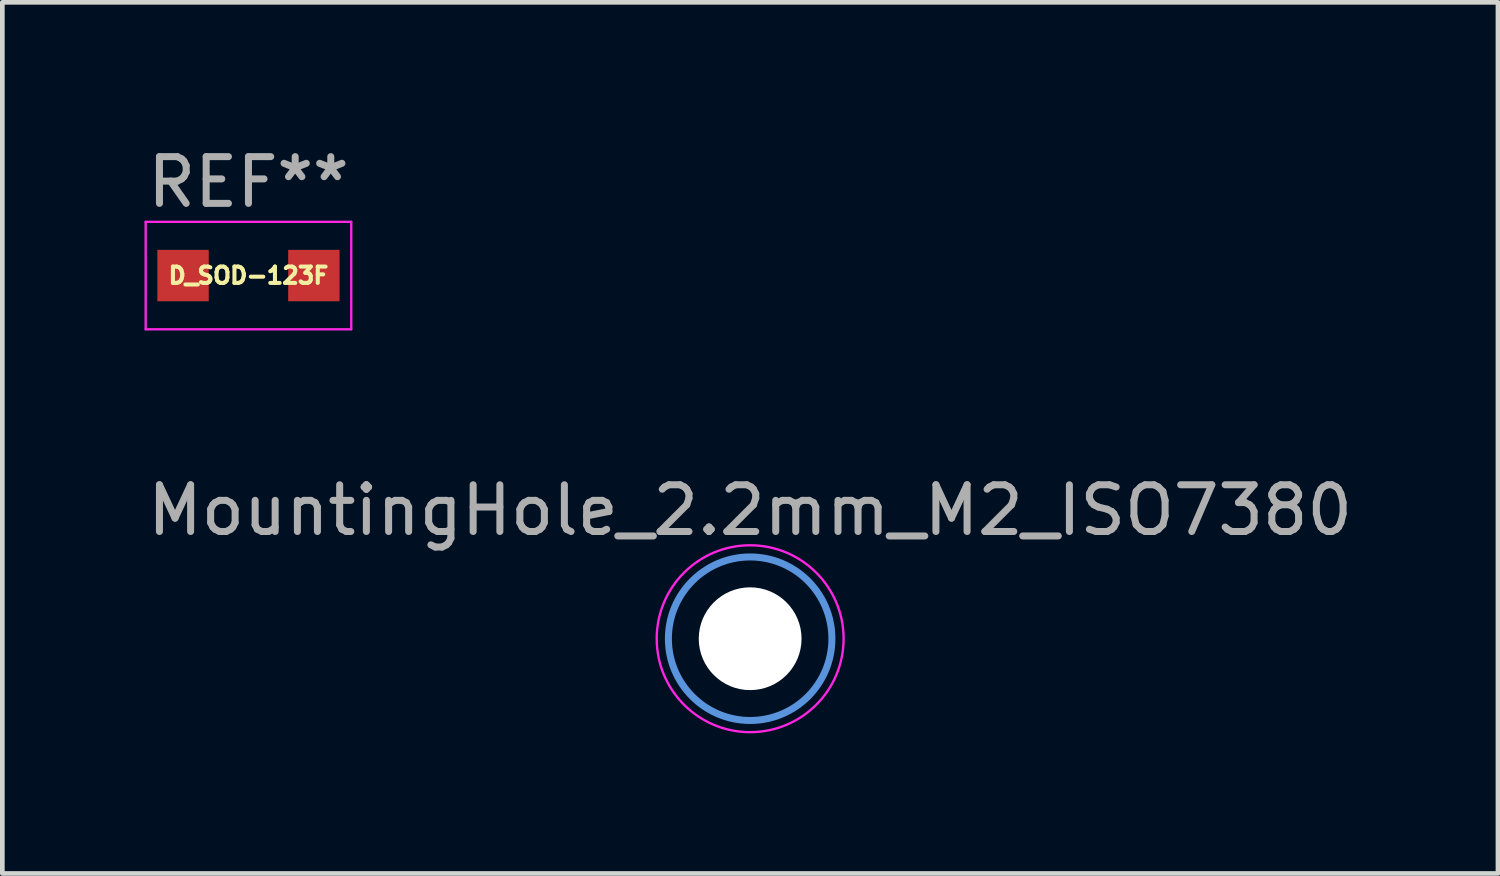
<source format=kicad_pcb>
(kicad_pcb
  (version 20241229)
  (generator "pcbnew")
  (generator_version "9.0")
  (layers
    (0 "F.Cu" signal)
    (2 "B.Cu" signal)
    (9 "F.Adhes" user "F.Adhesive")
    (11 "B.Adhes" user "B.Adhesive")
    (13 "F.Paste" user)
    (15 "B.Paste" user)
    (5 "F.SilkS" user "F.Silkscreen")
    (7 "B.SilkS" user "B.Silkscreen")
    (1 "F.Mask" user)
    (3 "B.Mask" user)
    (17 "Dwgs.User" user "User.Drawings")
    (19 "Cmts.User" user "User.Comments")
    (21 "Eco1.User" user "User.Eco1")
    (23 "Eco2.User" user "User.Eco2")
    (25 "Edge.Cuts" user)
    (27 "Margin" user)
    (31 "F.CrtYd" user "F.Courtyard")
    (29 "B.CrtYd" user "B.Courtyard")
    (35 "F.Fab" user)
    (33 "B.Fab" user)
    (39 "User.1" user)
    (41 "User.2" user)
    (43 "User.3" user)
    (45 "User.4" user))
  (footprint "MountingHole_2.2mm_M2_ISO7380"
    (layer "F.Cu")
    (at 13.006 10.621)
    (property "Reference" "MountingHole_2.2mm_M2_ISO7380" (at 0 -2.75 0) (layer "F.Fab") (effects (font (size 1 1) (thickness 0.15))))
    (attr exclude_from_pos_files exclude_from_bom)
    (fp_circle (center 0 0) (end 1.75 0) (stroke (width 0.15) (type solid)) (fill no) (layer "Cmts.User"))
    (fp_circle (center 0 0) (end 2 0) (stroke (width 0.05) (type solid)) (fill no) (layer "F.CrtYd"))
    (pad "" np_thru_hole circle (at 0 0) (size 2.2 2.2) (drill 2.2) (layers "*.Cu" "*.Mask")))
  (footprint "D_SOD-123F"
    (layer "F.Cu")
    (at 2.268 2.848)
    (property "Reference" "D_SOD-123F" (at 0 0 0) (layer "F.SilkS") (effects (font (size 0.35 0.35) (thickness 0.087))))
    (attr smd)
    (fp_line (start -2.2 -1.15) (end -2.2 1.15) (stroke (width 0.05) (type solid)) (layer "F.CrtYd"))
    (fp_line (start -2.2 -1.15) (end 2.2 -1.15) (stroke (width 0.05) (type solid)) (layer "F.CrtYd"))
    (fp_line (start 2.2 -1.15) (end 2.2 1.15) (stroke (width 0.05) (type solid)) (layer "F.CrtYd"))
    (fp_line (start 2.2 1.15) (end -2.2 1.15) (stroke (width 0.05) (type solid)) (layer "F.CrtYd"))
    (fp_text user "REF**" (at 0 -2 0) (layer "F.Fab") (effects (font (size 1 1) (thickness 0.15))))
    (pad "1" smd rect (at -1.4 0) (size 1.1 1.1) (layers "F.Cu" "F.Mask" "F.Paste"))
    (pad "2" smd rect (at 1.4 0) (size 1.1 1.1) (layers "F.Cu" "F.Mask" "F.Paste")))
  (gr_rect
    (start -3 -3)
    (end 29.012 15.646)
    (stroke (width 0.1) (type default))
    (fill no)
    (layer "Edge.Cuts")))
</source>
